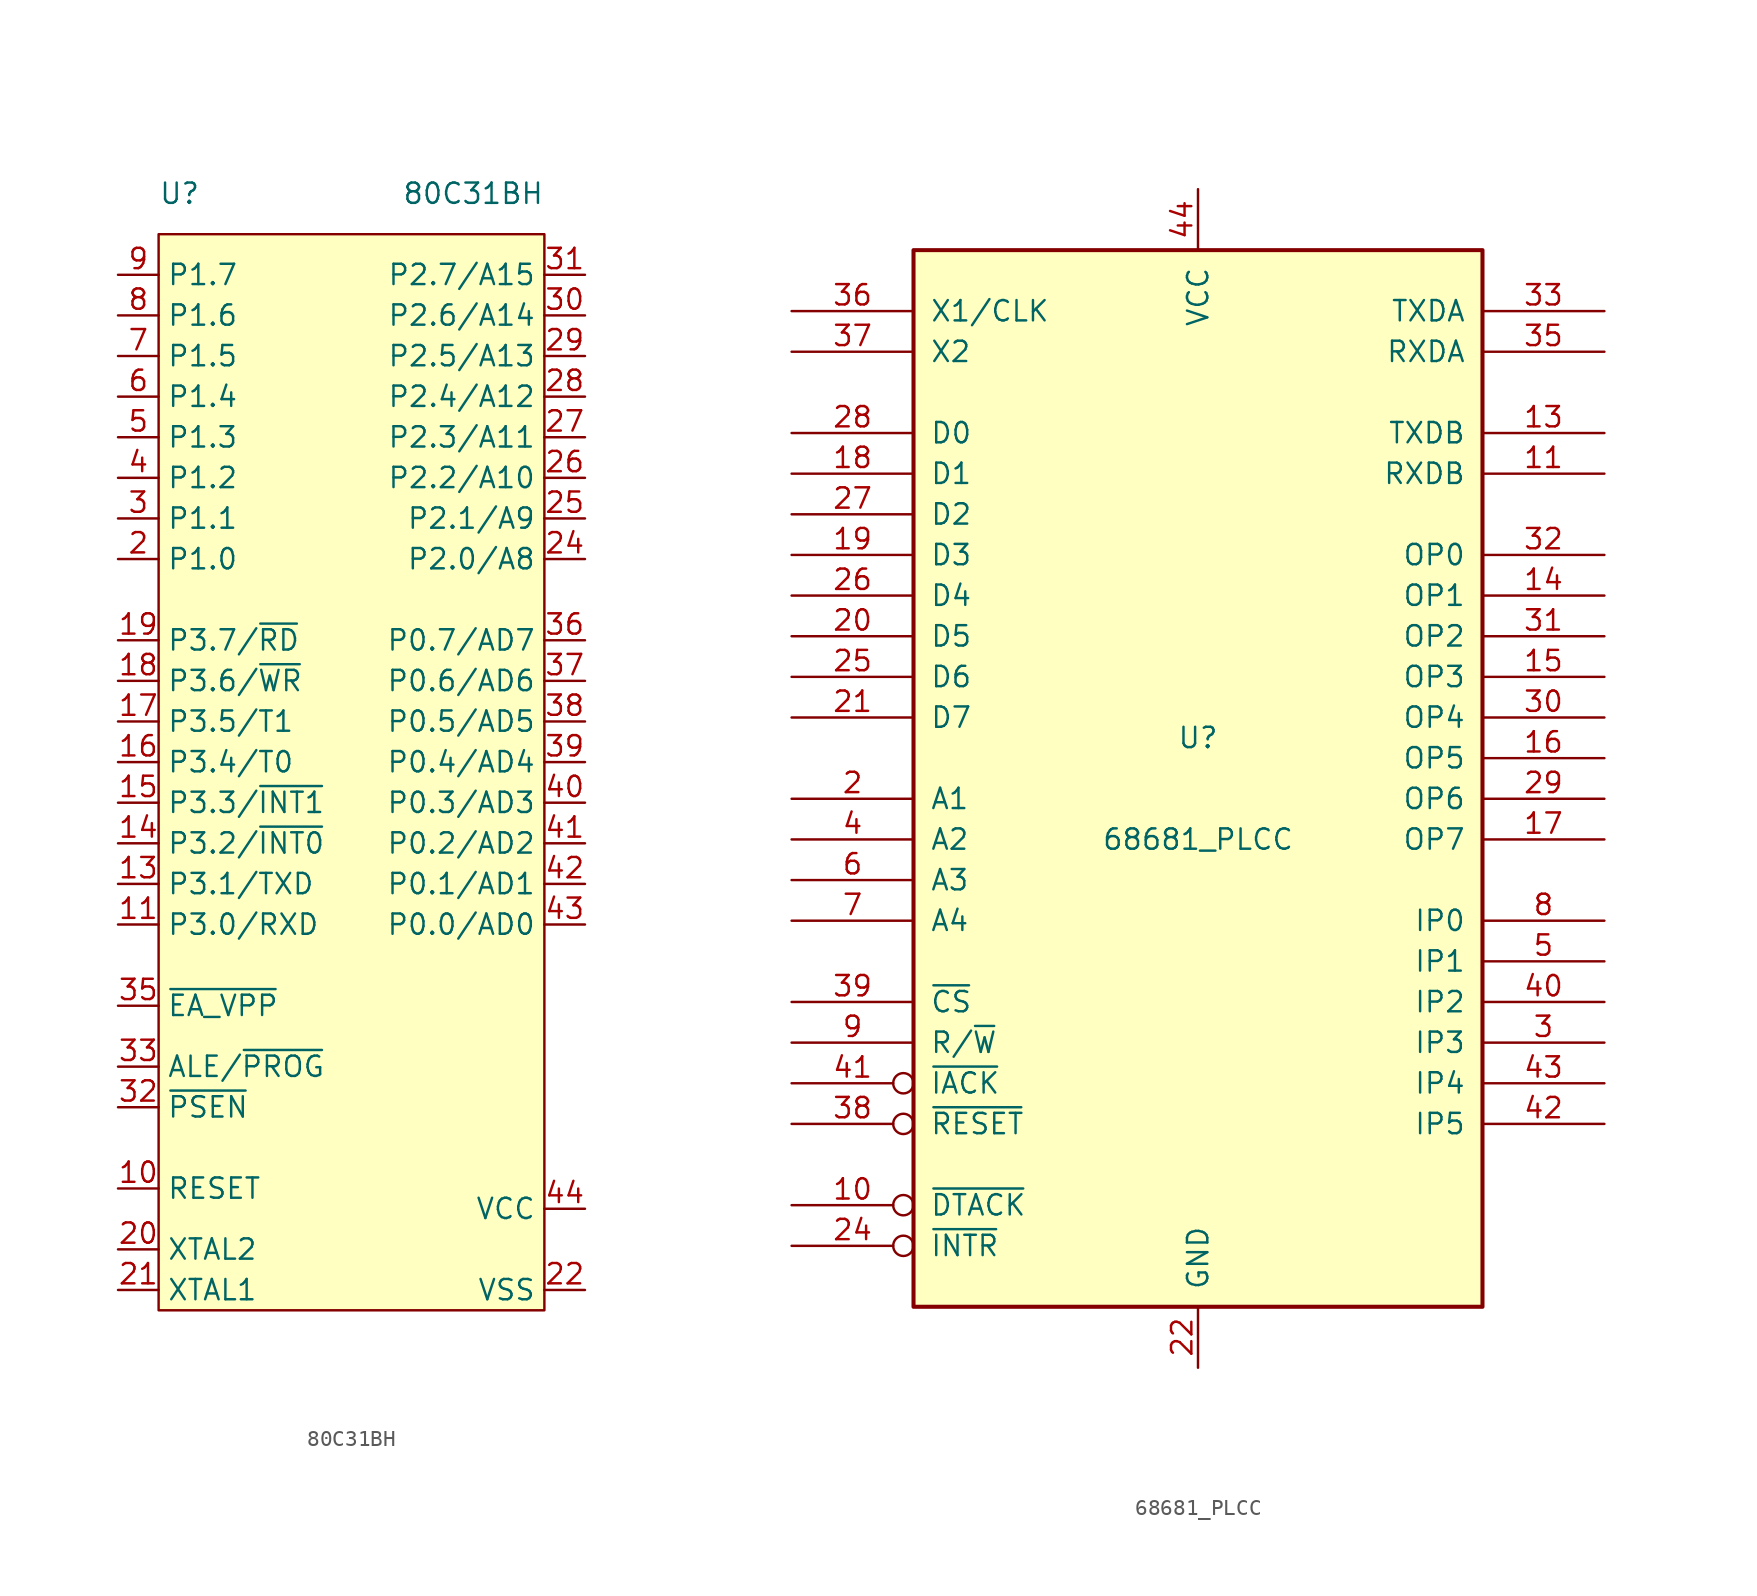
<source format=kicad_sym>
(kicad_symbol_lib
  (version 20211014)
  (generator kicad_symbol_editor)
  (symbol "80C31BH"
    (property "Reference" "U"
      (at -11.43 6.35 0)
      (effects (font (size 1.27 1.27)) (justify left)))
    (property "Value" "80C31BH"
      (at 12.7 6.35 0)
      (effects (font (size 1.27 1.27)) (justify right)))
    (symbol "80C31BH_0_1"
      (rectangle (start -11.43 3.81) (end 12.7 -63.5) (stroke (width 0) (type default) (color 0 0 0 0)) (fill (type background))))
    (symbol "80C31BH_1_1"
      (pin bidirectional line (at -13.97 -55.88 0) (length 2.54) (name "RESET" (effects (font (size 1.27 1.27)))) (number "10" (effects (font (size 1.27 1.27)))))
      (pin bidirectional line (at -13.97 -39.37 0) (length 2.54) (name "P3.0/RXD" (effects (font (size 1.27 1.27)))) (number "11" (effects (font (size 1.27 1.27)))))
      (pin bidirectional line (at -13.97 -36.83 0) (length 2.54) (name "P3.1/TXD" (effects (font (size 1.27 1.27)))) (number "13" (effects (font (size 1.27 1.27)))))
      (pin bidirectional line (at -13.97 -34.29 0) (length 2.54) (name "P3.2/~{INT0}" (effects (font (size 1.27 1.27)))) (number "14" (effects (font (size 1.27 1.27)))))
      (pin bidirectional line (at -13.97 -31.75 0) (length 2.54) (name "P3.3/~{INT1}" (effects (font (size 1.27 1.27)))) (number "15" (effects (font (size 1.27 1.27)))))
      (pin bidirectional line (at -13.97 -29.21 0) (length 2.54) (name "P3.4/T0" (effects (font (size 1.27 1.27)))) (number "16" (effects (font (size 1.27 1.27)))))
      (pin bidirectional line (at -13.97 -26.67 0) (length 2.54) (name "P3.5/T1" (effects (font (size 1.27 1.27)))) (number "17" (effects (font (size 1.27 1.27)))))
      (pin bidirectional line (at -13.97 -24.13 0) (length 2.54) (name "P3.6/~{WR}" (effects (font (size 1.27 1.27)))) (number "18" (effects (font (size 1.27 1.27)))))
      (pin bidirectional line (at -13.97 -21.59 0) (length 2.54) (name "P3.7/~{RD}" (effects (font (size 1.27 1.27)))) (number "19" (effects (font (size 1.27 1.27)))))
      (pin bidirectional line (at -13.97 -16.51 0) (length 2.54) (name "P1.0" (effects (font (size 1.27 1.27)))) (number "2" (effects (font (size 1.27 1.27)))))
      (pin bidirectional line (at -13.97 -59.69 0) (length 2.54) (name "XTAL2" (effects (font (size 1.27 1.27)))) (number "20" (effects (font (size 1.27 1.27)))))
      (pin bidirectional line (at -13.97 -62.23 0) (length 2.54) (name "XTAL1" (effects (font (size 1.27 1.27)))) (number "21" (effects (font (size 1.27 1.27)))))
      (pin power_in line (at 15.24 -62.23 180) (length 2.54) (name "VSS" (effects (font (size 1.27 1.27)))) (number "22" (effects (font (size 1.27 1.27)))))
      (pin bidirectional line (at 15.24 -16.51 180) (length 2.54) (name "P2.0/A8" (effects (font (size 1.27 1.27)))) (number "24" (effects (font (size 1.27 1.27)))))
      (pin bidirectional line (at 15.24 -13.97 180) (length 2.54) (name "P2.1/A9" (effects (font (size 1.27 1.27)))) (number "25" (effects (font (size 1.27 1.27)))))
      (pin bidirectional line (at 15.24 -11.43 180) (length 2.54) (name "P2.2/A10" (effects (font (size 1.27 1.27)))) (number "26" (effects (font (size 1.27 1.27)))))
      (pin bidirectional line (at 15.24 -8.89 180) (length 2.54) (name "P2.3/A11" (effects (font (size 1.27 1.27)))) (number "27" (effects (font (size 1.27 1.27)))))
      (pin bidirectional line (at 15.24 -6.35 180) (length 2.54) (name "P2.4/A12" (effects (font (size 1.27 1.27)))) (number "28" (effects (font (size 1.27 1.27)))))
      (pin bidirectional line (at 15.24 -3.81 180) (length 2.54) (name "P2.5/A13" (effects (font (size 1.27 1.27)))) (number "29" (effects (font (size 1.27 1.27)))))
      (pin bidirectional line (at -13.97 -13.97 0) (length 2.54) (name "P1.1" (effects (font (size 1.27 1.27)))) (number "3" (effects (font (size 1.27 1.27)))))
      (pin bidirectional line (at 15.24 -1.27 180) (length 2.54) (name "P2.6/A14" (effects (font (size 1.27 1.27)))) (number "30" (effects (font (size 1.27 1.27)))))
      (pin bidirectional line (at 15.24 1.27 180) (length 2.54) (name "P2.7/A15" (effects (font (size 1.27 1.27)))) (number "31" (effects (font (size 1.27 1.27)))))
      (pin bidirectional line (at -13.97 -50.8 0) (length 2.54) (name "~{PSEN}" (effects (font (size 1.27 1.27)))) (number "32" (effects (font (size 1.27 1.27)))))
      (pin bidirectional line (at -13.97 -48.26 0) (length 2.54) (name "ALE/~{PROG}" (effects (font (size 1.27 1.27)))) (number "33" (effects (font (size 1.27 1.27)))))
      (pin bidirectional line (at -13.97 -44.45 0) (length 2.54) (name "~{EA_VPP}" (effects (font (size 1.27 1.27)))) (number "35" (effects (font (size 1.27 1.27)))))
      (pin bidirectional line (at 15.24 -21.59 180) (length 2.54) (name "P0.7/AD7" (effects (font (size 1.27 1.27)))) (number "36" (effects (font (size 1.27 1.27)))))
      (pin bidirectional line (at 15.24 -24.13 180) (length 2.54) (name "P0.6/AD6" (effects (font (size 1.27 1.27)))) (number "37" (effects (font (size 1.27 1.27)))))
      (pin bidirectional line (at 15.24 -26.67 180) (length 2.54) (name "P0.5/AD5" (effects (font (size 1.27 1.27)))) (number "38" (effects (font (size 1.27 1.27)))))
      (pin bidirectional line (at 15.24 -29.21 180) (length 2.54) (name "P0.4/AD4" (effects (font (size 1.27 1.27)))) (number "39" (effects (font (size 1.27 1.27)))))
      (pin bidirectional line (at -13.97 -11.43 0) (length 2.54) (name "P1.2" (effects (font (size 1.27 1.27)))) (number "4" (effects (font (size 1.27 1.27)))))
      (pin bidirectional line (at 15.24 -31.75 180) (length 2.54) (name "P0.3/AD3" (effects (font (size 1.27 1.27)))) (number "40" (effects (font (size 1.27 1.27)))))
      (pin bidirectional line (at 15.24 -34.29 180) (length 2.54) (name "P0.2/AD2" (effects (font (size 1.27 1.27)))) (number "41" (effects (font (size 1.27 1.27)))))
      (pin bidirectional line (at 15.24 -36.83 180) (length 2.54) (name "P0.1/AD1" (effects (font (size 1.27 1.27)))) (number "42" (effects (font (size 1.27 1.27)))))
      (pin bidirectional line (at 15.24 -39.37 180) (length 2.54) (name "P0.0/AD0" (effects (font (size 1.27 1.27)))) (number "43" (effects (font (size 1.27 1.27)))))
      (pin power_in line (at 15.24 -57.15 180) (length 2.54) (name "VCC" (effects (font (size 1.27 1.27)))) (number "44" (effects (font (size 1.27 1.27)))))
      (pin bidirectional line (at -13.97 -8.89 0) (length 2.54) (name "P1.3" (effects (font (size 1.27 1.27)))) (number "5" (effects (font (size 1.27 1.27)))))
      (pin bidirectional line (at -13.97 -6.35 0) (length 2.54) (name "P1.4" (effects (font (size 1.27 1.27)))) (number "6" (effects (font (size 1.27 1.27)))))
      (pin bidirectional line (at -13.97 -3.81 0) (length 2.54) (name "P1.5" (effects (font (size 1.27 1.27)))) (number "7" (effects (font (size 1.27 1.27)))))
      (pin bidirectional line (at -13.97 -1.27 0) (length 2.54) (name "P1.6" (effects (font (size 1.27 1.27)))) (number "8" (effects (font (size 1.27 1.27)))))
      (pin bidirectional line (at -13.97 1.27 0) (length 2.54) (name "P1.7" (effects (font (size 1.27 1.27)))) (number "9" (effects (font (size 1.27 1.27)))))))
  (symbol "68681_PLCC"
    (pin_names
      (offset 1.016))
    (property "Reference" "U"
      (at 0 3.81 0)
      (effects (font (size 1.27 1.27))))
    (property "Value" "68681_PLCC"
      (at 0 -2.54 0)
      (effects (font (size 1.27 1.27))))
    (symbol "68681_PLCC_0_1"
      (rectangle (start -17.78 -31.75) (end 17.78 34.29) (stroke (width 0.254) (type default) (color 0 0 0 0)) (fill (type background))))
    (symbol "68681_PLCC_1_1"
      (pin open_collector inverted (at -25.4 -25.4 0) (length 7.62) (name "~{DTACK}" (effects (font (size 1.27 1.27)))) (number "10" (effects (font (size 1.27 1.27)))))
      (pin input line (at 25.4 20.32 180) (length 7.62) (name "RXDB" (effects (font (size 1.27 1.27)))) (number "11" (effects (font (size 1.27 1.27)))))
      (pin output line (at 25.4 22.86 180) (length 7.62) (name "TXDB" (effects (font (size 1.27 1.27)))) (number "13" (effects (font (size 1.27 1.27)))))
      (pin output line (at 25.4 12.7 180) (length 7.62) (name "OP1" (effects (font (size 1.27 1.27)))) (number "14" (effects (font (size 1.27 1.27)))))
      (pin output line (at 25.4 7.62 180) (length 7.62) (name "OP3" (effects (font (size 1.27 1.27)))) (number "15" (effects (font (size 1.27 1.27)))))
      (pin output line (at 25.4 2.54 180) (length 7.62) (name "OP5" (effects (font (size 1.27 1.27)))) (number "16" (effects (font (size 1.27 1.27)))))
      (pin output line (at 25.4 -2.54 180) (length 7.62) (name "OP7" (effects (font (size 1.27 1.27)))) (number "17" (effects (font (size 1.27 1.27)))))
      (pin tri_state line (at -25.4 20.32 0) (length 7.62) (name "D1" (effects (font (size 1.27 1.27)))) (number "18" (effects (font (size 1.27 1.27)))))
      (pin tri_state line (at -25.4 15.24 0) (length 7.62) (name "D3" (effects (font (size 1.27 1.27)))) (number "19" (effects (font (size 1.27 1.27)))))
      (pin input line (at -25.4 0 0) (length 7.62) (name "A1" (effects (font (size 1.27 1.27)))) (number "2" (effects (font (size 1.27 1.27)))))
      (pin tri_state line (at -25.4 10.16 0) (length 7.62) (name "D5" (effects (font (size 1.27 1.27)))) (number "20" (effects (font (size 1.27 1.27)))))
      (pin tri_state line (at -25.4 5.08 0) (length 7.62) (name "D7" (effects (font (size 1.27 1.27)))) (number "21" (effects (font (size 1.27 1.27)))))
      (pin power_in line (at 0 -35.56 90) (length 3.81) (name "GND" (effects (font (size 1.27 1.27)))) (number "22" (effects (font (size 1.27 1.27)))))
      (pin open_collector inverted (at -25.4 -27.94 0) (length 7.62) (name "~{INTR}" (effects (font (size 1.27 1.27)))) (number "24" (effects (font (size 1.27 1.27)))))
      (pin tri_state line (at -25.4 7.62 0) (length 7.62) (name "D6" (effects (font (size 1.27 1.27)))) (number "25" (effects (font (size 1.27 1.27)))))
      (pin tri_state line (at -25.4 12.7 0) (length 7.62) (name "D4" (effects (font (size 1.27 1.27)))) (number "26" (effects (font (size 1.27 1.27)))))
      (pin tri_state line (at -25.4 17.78 0) (length 7.62) (name "D2" (effects (font (size 1.27 1.27)))) (number "27" (effects (font (size 1.27 1.27)))))
      (pin tri_state line (at -25.4 22.86 0) (length 7.62) (name "D0" (effects (font (size 1.27 1.27)))) (number "28" (effects (font (size 1.27 1.27)))))
      (pin output line (at 25.4 0 180) (length 7.62) (name "OP6" (effects (font (size 1.27 1.27)))) (number "29" (effects (font (size 1.27 1.27)))))
      (pin input line (at 25.4 -15.24 180) (length 7.62) (name "IP3" (effects (font (size 1.27 1.27)))) (number "3" (effects (font (size 1.27 1.27)))))
      (pin output line (at 25.4 5.08 180) (length 7.62) (name "OP4" (effects (font (size 1.27 1.27)))) (number "30" (effects (font (size 1.27 1.27)))))
      (pin output line (at 25.4 10.16 180) (length 7.62) (name "OP2" (effects (font (size 1.27 1.27)))) (number "31" (effects (font (size 1.27 1.27)))))
      (pin output line (at 25.4 15.24 180) (length 7.62) (name "OP0" (effects (font (size 1.27 1.27)))) (number "32" (effects (font (size 1.27 1.27)))))
      (pin output line (at 25.4 30.48 180) (length 7.62) (name "TXDA" (effects (font (size 1.27 1.27)))) (number "33" (effects (font (size 1.27 1.27)))))
      (pin input line (at 25.4 27.94 180) (length 7.62) (name "RXDA" (effects (font (size 1.27 1.27)))) (number "35" (effects (font (size 1.27 1.27)))))
      (pin input line (at -25.4 30.48 0) (length 7.62) (name "X1/CLK" (effects (font (size 1.27 1.27)))) (number "36" (effects (font (size 1.27 1.27)))))
      (pin input line (at -25.4 27.94 0) (length 7.62) (name "X2" (effects (font (size 1.27 1.27)))) (number "37" (effects (font (size 1.27 1.27)))))
      (pin input inverted (at -25.4 -20.32 0) (length 7.62) (name "~{RESET}" (effects (font (size 1.27 1.27)))) (number "38" (effects (font (size 1.27 1.27)))))
      (pin input line (at -25.4 -12.7 0) (length 7.62) (name "~{CS}" (effects (font (size 1.27 1.27)))) (number "39" (effects (font (size 1.27 1.27)))))
      (pin input line (at -25.4 -2.54 0) (length 7.62) (name "A2" (effects (font (size 1.27 1.27)))) (number "4" (effects (font (size 1.27 1.27)))))
      (pin input line (at 25.4 -12.7 180) (length 7.62) (name "IP2" (effects (font (size 1.27 1.27)))) (number "40" (effects (font (size 1.27 1.27)))))
      (pin input inverted (at -25.4 -17.78 0) (length 7.62) (name "~{IACK}" (effects (font (size 1.27 1.27)))) (number "41" (effects (font (size 1.27 1.27)))))
      (pin input line (at 25.4 -20.32 180) (length 7.62) (name "IP5" (effects (font (size 1.27 1.27)))) (number "42" (effects (font (size 1.27 1.27)))))
      (pin input line (at 25.4 -17.78 180) (length 7.62) (name "IP4" (effects (font (size 1.27 1.27)))) (number "43" (effects (font (size 1.27 1.27)))))
      (pin power_in line (at 0 38.1 270) (length 3.81) (name "VCC" (effects (font (size 1.27 1.27)))) (number "44" (effects (font (size 1.27 1.27)))))
      (pin input line (at 25.4 -10.16 180) (length 7.62) (name "IP1" (effects (font (size 1.27 1.27)))) (number "5" (effects (font (size 1.27 1.27)))))
      (pin input line (at -25.4 -5.08 0) (length 7.62) (name "A3" (effects (font (size 1.27 1.27)))) (number "6" (effects (font (size 1.27 1.27)))))
      (pin input line (at -25.4 -7.62 0) (length 7.62) (name "A4" (effects (font (size 1.27 1.27)))) (number "7" (effects (font (size 1.27 1.27)))))
      (pin input line (at 25.4 -7.62 180) (length 7.62) (name "IP0" (effects (font (size 1.27 1.27)))) (number "8" (effects (font (size 1.27 1.27)))))
      (pin input line (at -25.4 -15.24 0) (length 7.62) (name "R/~{W}" (effects (font (size 1.27 1.27)))) (number "9" (effects (font (size 1.27 1.27))))))))
</source>
